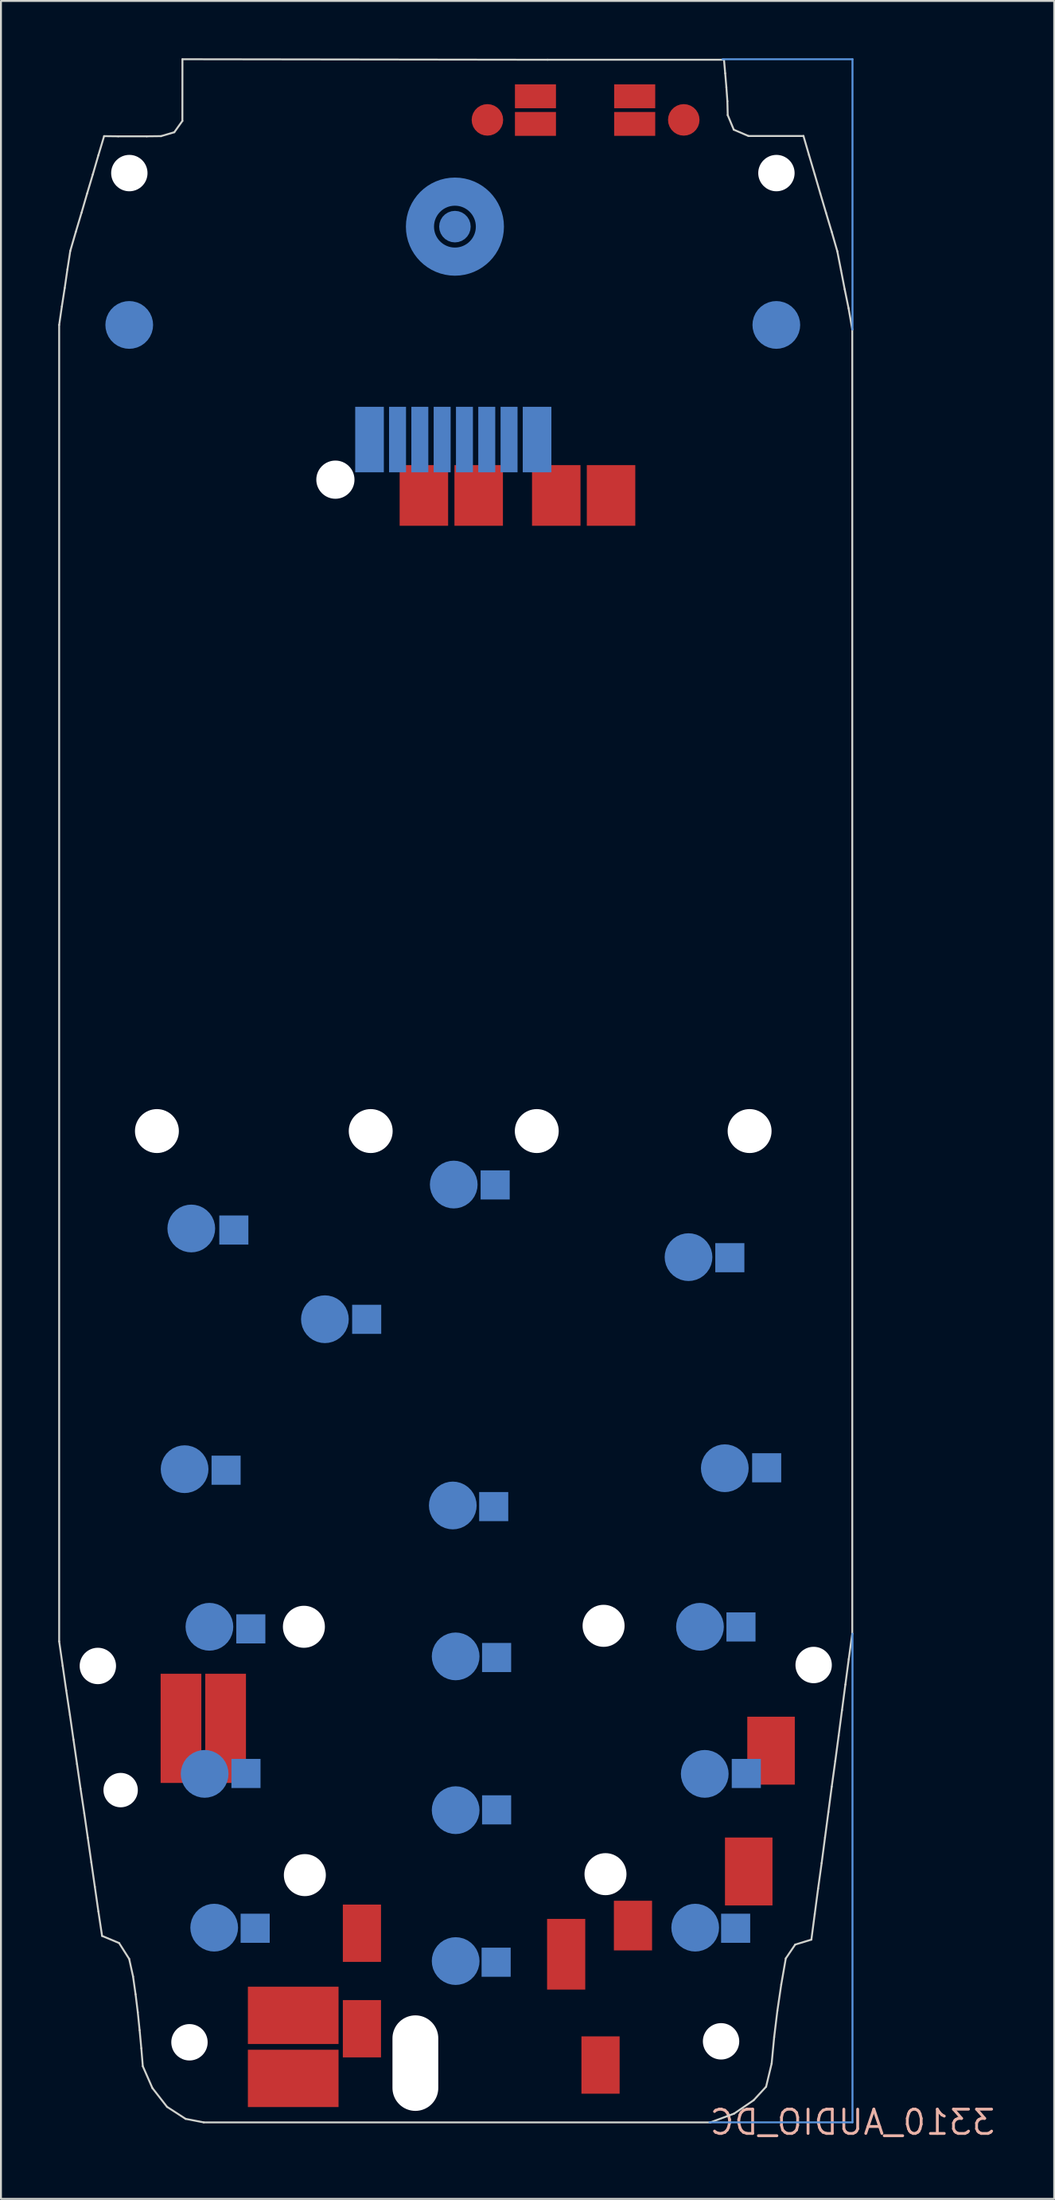
<source format=kicad_pcb>
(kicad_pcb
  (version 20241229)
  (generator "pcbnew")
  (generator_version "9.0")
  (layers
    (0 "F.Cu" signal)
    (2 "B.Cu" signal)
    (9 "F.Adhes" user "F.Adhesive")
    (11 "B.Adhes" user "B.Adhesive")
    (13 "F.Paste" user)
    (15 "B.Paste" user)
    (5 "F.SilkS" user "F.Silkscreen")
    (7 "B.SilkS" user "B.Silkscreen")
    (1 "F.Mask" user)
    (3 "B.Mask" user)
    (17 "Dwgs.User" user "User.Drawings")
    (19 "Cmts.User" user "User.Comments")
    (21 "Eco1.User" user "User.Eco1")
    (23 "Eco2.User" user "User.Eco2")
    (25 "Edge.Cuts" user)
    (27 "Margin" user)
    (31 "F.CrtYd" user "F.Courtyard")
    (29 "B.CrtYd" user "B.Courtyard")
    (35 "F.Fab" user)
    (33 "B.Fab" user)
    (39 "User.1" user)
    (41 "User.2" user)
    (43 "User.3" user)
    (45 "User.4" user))
  (footprint "3310_AUDIO_DC"
    (layer "F.Cu")
    (at 41.611 108.052)
    (property "Reference" "3310_AUDIO_DC" (at 0 0 0) (layer "B.SilkS") (effects (font (size 1.27 1.27) (thickness 0.15)) (justify mirror)))
    (fp_circle (center -20.828 -99.238) (end -22.66 -99.238) (stroke (width 1.473) (type solid)) (fill no) (layer "B.Cu"))
    (fp_circle (center -20.828 -99.238) (end -22.612 -99.238) (stroke (width 1.778) (type solid)) (fill no) (layer "B.Mask"))
    (fp_line (start 0 -108.001) (end -6.807 -108.001) (stroke (width 0.102) (type solid)) (layer "Cmts.User"))
    (fp_line (start 0 -93.853) (end 0 -108.001) (stroke (width 0.102) (type solid)) (layer "Cmts.User"))
    (fp_line (start 0 -25.578) (end 0 0) (stroke (width 0.102) (type solid)) (layer "Cmts.User"))
    (fp_line (start 0 0) (end -7.493 0) (stroke (width 0.102) (type solid)) (layer "Cmts.User"))
    (fp_line (start -41.561 -94.095) (end -41.42 -95.061) (stroke (width 0.1) (type solid)) (layer "Edge.Cuts"))
    (fp_line (start -41.561 -25.177) (end -41.561 -94.095) (stroke (width 0.1) (type solid)) (layer "Edge.Cuts"))
    (fp_line (start -41.42 -95.061) (end -41.27 -96.027) (stroke (width 0.1) (type solid)) (layer "Edge.Cuts"))
    (fp_line (start -41.376 -23.892) (end -41.561 -25.177) (stroke (width 0.1) (type solid)) (layer "Edge.Cuts"))
    (fp_line (start -41.27 -96.027) (end -41.129 -97.001) (stroke (width 0.1) (type solid)) (layer "Edge.Cuts"))
    (fp_line (start -41.191 -22.607) (end -41.376 -23.892) (stroke (width 0.1) (type solid)) (layer "Edge.Cuts"))
    (fp_line (start -41.129 -97.001) (end -40.979 -97.967) (stroke (width 0.1) (type solid)) (layer "Edge.Cuts"))
    (fp_line (start -40.997 -21.322) (end -41.191 -22.607) (stroke (width 0.1) (type solid)) (layer "Edge.Cuts"))
    (fp_line (start -40.979 -97.967) (end -40.688 -98.969) (stroke (width 0.1) (type solid)) (layer "Edge.Cuts"))
    (fp_line (start -40.812 -20.038) (end -40.997 -21.322) (stroke (width 0.1) (type solid)) (layer "Edge.Cuts"))
    (fp_line (start -40.688 -98.969) (end -40.388 -99.97) (stroke (width 0.1) (type solid)) (layer "Edge.Cuts"))
    (fp_line (start -40.626 -18.753) (end -40.812 -20.038) (stroke (width 0.1) (type solid)) (layer "Edge.Cuts"))
    (fp_line (start -40.441 -17.468) (end -40.626 -18.753) (stroke (width 0.1) (type solid)) (layer "Edge.Cuts"))
    (fp_line (start -40.388 -99.97) (end -40.097 -100.971) (stroke (width 0.1) (type solid)) (layer "Edge.Cuts"))
    (fp_line (start -40.247 -16.183) (end -40.441 -17.468) (stroke (width 0.1) (type solid)) (layer "Edge.Cuts"))
    (fp_line (start -40.097 -100.971) (end -39.798 -101.972) (stroke (width 0.1) (type solid)) (layer "Edge.Cuts"))
    (fp_line (start -40.062 -14.898) (end -40.247 -16.183) (stroke (width 0.1) (type solid)) (layer "Edge.Cuts"))
    (fp_line (start -39.877 -13.614) (end -40.062 -14.898) (stroke (width 0.1) (type solid)) (layer "Edge.Cuts"))
    (fp_line (start -39.798 -101.972) (end -39.507 -102.974) (stroke (width 0.1) (type solid)) (layer "Edge.Cuts"))
    (fp_line (start -39.692 -12.329) (end -39.877 -13.614) (stroke (width 0.1) (type solid)) (layer "Edge.Cuts"))
    (fp_line (start -39.507 -102.974) (end -39.207 -103.975) (stroke (width 0.1) (type solid)) (layer "Edge.Cuts"))
    (fp_line (start -39.507 -11.044) (end -39.692 -12.329) (stroke (width 0.1) (type solid)) (layer "Edge.Cuts"))
    (fp_line (start -39.313 -9.759) (end -39.507 -11.044) (stroke (width 0.1) (type solid)) (layer "Edge.Cuts"))
    (fp_line (start -39.207 -103.975) (end -38.466 -103.966) (stroke (width 0.1) (type solid)) (layer "Edge.Cuts"))
    (fp_line (start -38.466 -103.966) (end -36.976 -103.966) (stroke (width 0.1) (type solid)) (layer "Edge.Cuts"))
    (fp_line (start -38.422 -9.387) (end -39.313 -9.759) (stroke (width 0.1) (type solid)) (layer "Edge.Cuts"))
    (fp_line (start -37.893 -8.554) (end -38.422 -9.387) (stroke (width 0.1) (type solid)) (layer "Edge.Cuts"))
    (fp_line (start -37.69 -7.633) (end -37.893 -8.554) (stroke (width 0.1) (type solid)) (layer "Edge.Cuts"))
    (fp_line (start -37.558 -6.702) (end -37.69 -7.633) (stroke (width 0.1) (type solid)) (layer "Edge.Cuts"))
    (fp_line (start -37.443 -5.763) (end -37.558 -6.702) (stroke (width 0.1) (type solid)) (layer "Edge.Cuts"))
    (fp_line (start -37.346 -4.824) (end -37.443 -5.763) (stroke (width 0.1) (type solid)) (layer "Edge.Cuts"))
    (fp_line (start -37.258 -3.876) (end -37.346 -4.824) (stroke (width 0.1) (type solid)) (layer "Edge.Cuts"))
    (fp_line (start -37.179 -2.936) (end -37.258 -3.876) (stroke (width 0.1) (type solid)) (layer "Edge.Cuts"))
    (fp_line (start -36.976 -103.966) (end -36.226 -103.975) (stroke (width 0.1) (type solid)) (layer "Edge.Cuts"))
    (fp_line (start -36.676 -1.793) (end -37.179 -2.936) (stroke (width 0.1) (type solid)) (layer "Edge.Cuts"))
    (fp_line (start -36.226 -103.975) (end -35.53 -104.179) (stroke (width 0.1) (type solid)) (layer "Edge.Cuts"))
    (fp_line (start -35.909 -0.81) (end -36.676 -1.793) (stroke (width 0.1) (type solid)) (layer "Edge.Cuts"))
    (fp_line (start -35.53 -104.179) (end -35.106 -104.772) (stroke (width 0.1) (type solid)) (layer "Edge.Cuts"))
    (fp_line (start -35.106 -104.772) (end -35.103 -108.001) (stroke (width 0.1) (type solid)) (layer "Edge.Cuts"))
    (fp_line (start -35.103 -108.001) (end -15.977 -107.975) (stroke (width 0.1) (type solid)) (layer "Edge.Cuts"))
    (fp_line (start -34.938 -0.182) (end -35.909 -0.81) (stroke (width 0.1) (type solid)) (layer "Edge.Cuts"))
    (fp_line (start -33.988 0.002) (end -34.938 -0.182) (stroke (width 0.1) (type solid)) (layer "Edge.Cuts"))
    (fp_line (start -15.977 -107.975) (end -6.731 -107.975) (stroke (width 0.1) (type solid)) (layer "Edge.Cuts"))
    (fp_line (start -7.445 0.002) (end -33.988 0.002) (stroke (width 0.1) (type solid)) (layer "Edge.Cuts"))
    (fp_line (start -6.731 -107.975) (end -6.669 -107.263) (stroke (width 0.1) (type solid)) (layer "Edge.Cuts"))
    (fp_line (start -6.669 -107.263) (end -6.607 -106.536) (stroke (width 0.1) (type solid)) (layer "Edge.Cuts"))
    (fp_line (start -6.607 -106.536) (end -6.554 -105.801) (stroke (width 0.1) (type solid)) (layer "Edge.Cuts"))
    (fp_line (start -6.554 -105.801) (end -6.536 -105.074) (stroke (width 0.1) (type solid)) (layer "Edge.Cuts"))
    (fp_line (start -6.536 -105.074) (end -6.219 -104.312) (stroke (width 0.1) (type solid)) (layer "Edge.Cuts"))
    (fp_line (start -6.219 -104.312) (end -5.452 -103.984) (stroke (width 0.1) (type solid)) (layer "Edge.Cuts"))
    (fp_line (start -6.202 -0.457) (end -7.445 0.002) (stroke (width 0.1) (type solid)) (layer "Edge.Cuts"))
    (fp_line (start -5.452 -103.984) (end -2.568 -103.984) (stroke (width 0.1) (type solid)) (layer "Edge.Cuts"))
    (fp_line (start -5.179 -1.157) (end -6.202 -0.457) (stroke (width 0.1) (type solid)) (layer "Edge.Cuts"))
    (fp_line (start -4.526 -1.864) (end -5.179 -1.157) (stroke (width 0.1) (type solid)) (layer "Edge.Cuts"))
    (fp_line (start -4.235 -3.078) (end -4.526 -1.864) (stroke (width 0.1) (type solid)) (layer "Edge.Cuts"))
    (fp_line (start -4.103 -4.461) (end -4.235 -3.078) (stroke (width 0.1) (type solid)) (layer "Edge.Cuts"))
    (fp_line (start -3.935 -5.843) (end -4.103 -4.461) (stroke (width 0.1) (type solid)) (layer "Edge.Cuts"))
    (fp_line (start -3.732 -7.216) (end -3.935 -5.843) (stroke (width 0.1) (type solid)) (layer "Edge.Cuts"))
    (fp_line (start -3.494 -8.581) (end -3.732 -7.216) (stroke (width 0.1) (type solid)) (layer "Edge.Cuts"))
    (fp_line (start -3 -9.307) (end -3.494 -8.581) (stroke (width 0.1) (type solid)) (layer "Edge.Cuts"))
    (fp_line (start -2.568 -103.984) (end -2.277 -102.983) (stroke (width 0.1) (type solid)) (layer "Edge.Cuts"))
    (fp_line (start -2.277 -102.983) (end -1.978 -101.973) (stroke (width 0.1) (type solid)) (layer "Edge.Cuts"))
    (fp_line (start -2.154 -9.564) (end -3 -9.307) (stroke (width 0.1) (type solid)) (layer "Edge.Cuts"))
    (fp_line (start -1.978 -101.973) (end -1.686 -100.972) (stroke (width 0.1) (type solid)) (layer "Edge.Cuts"))
    (fp_line (start -1.978 -10.902) (end -2.154 -9.564) (stroke (width 0.1) (type solid)) (layer "Edge.Cuts"))
    (fp_line (start -1.801 -12.24) (end -1.978 -10.902) (stroke (width 0.1) (type solid)) (layer "Edge.Cuts"))
    (fp_line (start -1.686 -100.972) (end -1.387 -99.962) (stroke (width 0.1) (type solid)) (layer "Edge.Cuts"))
    (fp_line (start -1.616 -13.569) (end -1.801 -12.24) (stroke (width 0.1) (type solid)) (layer "Edge.Cuts"))
    (fp_line (start -1.44 -14.907) (end -1.616 -13.569) (stroke (width 0.1) (type solid)) (layer "Edge.Cuts"))
    (fp_line (start -1.387 -99.962) (end -1.087 -98.96) (stroke (width 0.1) (type solid)) (layer "Edge.Cuts"))
    (fp_line (start -1.263 -16.245) (end -1.44 -14.907) (stroke (width 0.1) (type solid)) (layer "Edge.Cuts"))
    (fp_line (start -1.087 -98.96) (end -0.796 -97.95) (stroke (width 0.1) (type solid)) (layer "Edge.Cuts"))
    (fp_line (start -1.087 -17.574) (end -1.263 -16.245) (stroke (width 0.1) (type solid)) (layer "Edge.Cuts"))
    (fp_line (start -0.902 -18.912) (end -1.087 -17.574) (stroke (width 0.1) (type solid)) (layer "Edge.Cuts"))
    (fp_line (start -0.796 -97.95) (end -0.602 -96.958) (stroke (width 0.1) (type solid)) (layer "Edge.Cuts"))
    (fp_line (start -0.725 -20.242) (end -0.902 -18.912) (stroke (width 0.1) (type solid)) (layer "Edge.Cuts"))
    (fp_line (start -0.602 -96.958) (end -0.408 -95.957) (stroke (width 0.1) (type solid)) (layer "Edge.Cuts"))
    (fp_line (start -0.549 -21.579) (end -0.725 -20.242) (stroke (width 0.1) (type solid)) (layer "Edge.Cuts"))
    (fp_line (start -0.408 -95.957) (end -0.205 -94.964) (stroke (width 0.1) (type solid)) (layer "Edge.Cuts"))
    (fp_line (start -0.373 -22.917) (end -0.549 -21.579) (stroke (width 0.1) (type solid)) (layer "Edge.Cuts"))
    (fp_line (start -0.205 -94.964) (end -0.011 -93.854) (stroke (width 0.1) (type solid)) (layer "Edge.Cuts"))
    (fp_line (start -0.196 -24.247) (end -0.373 -22.917) (stroke (width 0.1) (type solid)) (layer "Edge.Cuts"))
    (fp_line (start -0.011 -93.854) (end -0.011 -25.585) (stroke (width 0.1) (type solid)) (layer "Edge.Cuts"))
    (fp_line (start -0.011 -25.585) (end -0.196 -24.247) (stroke (width 0.1) (type solid)) (layer "Edge.Cuts"))
    (pad "" np_thru_hole circle (at -39.535 -23.891) (size 1.905 1.905) (drill 1.905) (layers "*.Cu" "*.Mask"))
    (pad "" np_thru_hole circle (at -38.34 -17.392) (size 1.8 1.8) (drill 1.8) (layers "*.Cu" "*.Mask"))
    (pad "" np_thru_hole circle (at -37.885 -102.041) (size 1.905 1.905) (drill 1.905) (layers "*.Cu" "*.Mask"))
    (pad "" np_thru_hole circle (at -36.44 -51.892) (size 2.3 2.3) (drill 2.3) (layers "*.Cu" "*.Mask"))
    (pad "" np_thru_hole circle (at -34.735 -4.191) (size 1.905 1.905) (drill 1.905) (layers "*.Cu" "*.Mask"))
    (pad "" np_thru_hole circle (at -28.74 -25.942) (size 2.2 2.2) (drill 2.2) (layers "*.Cu" "*.Mask"))
    (pad "" np_thru_hole circle (at -28.69 -12.942) (size 2.2 2.2) (drill 2.2) (layers "*.Cu" "*.Mask"))
    (pad "" np_thru_hole circle (at -27.09 -85.992) (size 2 2) (drill 2) (layers "*.Cu" "*.Mask"))
    (pad "" np_thru_hole circle (at -25.24 -51.892) (size 2.3 2.3) (drill 2.3) (layers "*.Cu" "*.Mask"))
    (pad "" np_thru_hole oval (at -22.9 -3.1) (size 2.4 5) (drill oval 2.4 5) (layers "*.Cu" "*.Mask"))
    (pad "" np_thru_hole circle (at -16.54 -51.892) (size 2.3 2.3) (drill 2.3) (layers "*.Cu" "*.Mask"))
    (pad "" np_thru_hole circle (at -13.04 -25.992) (size 2.2 2.2) (drill 2.2) (layers "*.Cu" "*.Mask"))
    (pad "" np_thru_hole circle (at -12.94 -12.992) (size 2.2 2.2) (drill 2.2) (layers "*.Cu" "*.Mask"))
    (pad "" np_thru_hole circle (at -6.885 -4.241) (size 1.905 1.905) (drill 1.905) (layers "*.Cu" "*.Mask"))
    (pad "" np_thru_hole circle (at -5.39 -51.892) (size 2.3 2.3) (drill 2.3) (layers "*.Cu" "*.Mask"))
    (pad "" np_thru_hole circle (at -3.985 -102.041) (size 1.905 1.905) (drill 1.905) (layers "*.Cu" "*.Mask"))
    (pad "" np_thru_hole circle (at -2.035 -23.941) (size 1.905 1.905) (drill 1.905) (layers "*.Cu" "*.Mask"))
    (pad "AJ1" smd rect (at -25.7 -9.9) (size 2 3) (layers "F.Cu" "F.Mask" "F.Paste"))
    (pad "AJ2" smd rect (at -25.7 -4.9) (size 2 3) (layers "F.Cu" "F.Mask" "F.Paste"))
    (pad "ANTG" smd roundrect (at -8.839 -104.826) (size 1.651 1.651) (layers "F.Cu" "F.Mask") (roundrect_rratio 0.5))
    (pad "ANTP" smd roundrect (at -19.126 -104.826) (size 1.651 1.651) (layers "F.Cu" "F.Mask") (roundrect_rratio 0.5))
    (pad "B0I" smd roundrect (at -20.79 -8.442 270) (size 2.5 2.5) (layers "B.Cu" "B.Mask") (roundrect_rratio 0.5))
    (pad "B0O" smd rect (at -18.669 -8.382) (size 1.524 1.524) (layers "B.Cu" "B.Mask" "B.Paste"))
    (pad "B1I" smd roundrect (at -6.69 -34.242 270) (size 2.5 2.5) (layers "B.Cu" "B.Mask") (roundrect_rratio 0.5))
    (pad "B1O" smd rect (at -4.496 -34.265) (size 1.524 1.524) (layers "B.Cu" "B.Mask" "B.Paste"))
    (pad "B2I" smd roundrect (at -20.94 -32.292 270) (size 2.5 2.5) (layers "B.Cu" "B.Mask") (roundrect_rratio 0.5))
    (pad "B2O" smd rect (at -18.796 -32.233) (size 1.524 1.524) (layers "B.Cu" "B.Mask" "B.Paste"))
    (pad "B3I" smd roundrect (at -34.99 -34.192 270) (size 2.5 2.5) (layers "B.Cu" "B.Mask") (roundrect_rratio 0.5))
    (pad "B3O" smd rect (at -32.817 -34.138) (size 1.524 1.524) (layers "B.Cu" "B.Mask" "B.Paste"))
    (pad "B4I" smd roundrect (at -7.99 -25.942 270) (size 2.5 2.5) (layers "B.Cu" "B.Mask") (roundrect_rratio 0.5))
    (pad "B4O" smd rect (at -5.842 -25.933) (size 1.524 1.524) (layers "B.Cu" "B.Mask" "B.Paste"))
    (pad "B5I" smd roundrect (at -20.79 -24.392 270) (size 2.5 2.5) (layers "B.Cu" "B.Mask") (roundrect_rratio 0.5))
    (pad "B5O" smd rect (at -18.644 -24.333) (size 1.524 1.524) (layers "B.Cu" "B.Mask" "B.Paste"))
    (pad "B6I" smd roundrect (at -33.69 -25.942 270) (size 2.5 2.5) (layers "B.Cu" "B.Mask") (roundrect_rratio 0.5))
    (pad "B6O" smd rect (at -31.521 -25.832) (size 1.524 1.524) (layers "B.Cu" "B.Mask" "B.Paste"))
    (pad "B7I" smd roundrect (at -7.74 -18.242 270) (size 2.5 2.5) (layers "B.Cu" "B.Mask") (roundrect_rratio 0.5))
    (pad "B7O" smd rect (at -5.563 -18.263) (size 1.524 1.524) (layers "B.Cu" "B.Mask" "B.Paste"))
    (pad "B8I" smd roundrect (at -20.79 -16.342 270) (size 2.5 2.5) (layers "B.Cu" "B.Mask") (roundrect_rratio 0.5))
    (pad "B8O" smd rect (at -18.644 -16.358) (size 1.524 1.524) (layers "B.Cu" "B.Mask" "B.Paste"))
    (pad "B9I" smd roundrect (at -33.94 -18.242 270) (size 2.5 2.5) (layers "B.Cu" "B.Mask") (roundrect_rratio 0.5))
    (pad "B9O" smd rect (at -31.775 -18.263) (size 1.524 1.524) (layers "B.Cu" "B.Mask" "B.Paste"))
    (pad "BAI" smd roundrect (at -8.24 -10.192 270) (size 2.5 2.5) (layers "B.Cu" "B.Mask") (roundrect_rratio 0.5))
    (pad "BAO" smd rect (at -6.121 -10.16) (size 1.524 1.524) (layers "B.Cu" "B.Mask" "B.Paste"))
    (pad "BATT+" smd rect (at -22.454 -85.166 180) (size 2.54 3.175) (layers "F.Cu" "F.Mask"))
    (pad "BATT-" smd rect (at -12.649 -85.166 180) (size 2.54 3.175) (layers "F.Cu" "F.Mask"))
    (pad "BCI" smd roundrect (at -8.59 -45.292 270) (size 2.5 2.5) (layers "B.Cu" "B.Mask") (roundrect_rratio 0.5))
    (pad "BCO" smd rect (at -6.426 -45.263) (size 1.524 1.524) (layers "B.Cu" "B.Mask" "B.Paste"))
    (pad "BDI" smd roundrect (at -27.64 -42.042 270) (size 2.5 2.5) (layers "B.Cu" "B.Mask") (roundrect_rratio 0.5))
    (pad "BDO" smd rect (at -25.451 -42.037) (size 1.524 1.524) (layers "B.Cu" "B.Mask" "B.Paste"))
    (pad "BMI" smd roundrect (at -20.89 -49.092 270) (size 2.5 2.5) (layers "B.Cu" "B.Mask") (roundrect_rratio 0.5))
    (pad "BMO" smd rect (at -18.72 -49.073) (size 1.524 1.524) (layers "B.Cu" "B.Mask" "B.Paste"))
    (pad "BSI" smd roundrect (at -33.44 -10.192 270) (size 2.5 2.5) (layers "B.Cu" "B.Mask") (roundrect_rratio 0.5))
    (pad "BSO" smd rect (at -31.293 -10.16) (size 1.524 1.524) (layers "B.Cu" "B.Mask" "B.Paste"))
    (pad "BTEMP" smd rect (at -15.519 -85.166 180) (size 2.54 3.175) (layers "F.Cu" "F.Mask"))
    (pad "BUI" smd roundrect (at -34.64 -46.792 270) (size 2.5 2.5) (layers "B.Cu" "B.Mask") (roundrect_rratio 0.5))
    (pad "BUO" smd rect (at -32.41 -46.711) (size 1.524 1.524) (layers "B.Cu" "B.Mask" "B.Paste"))
    (pad "BUZ1" smd rect (at -4.267 -19.456) (size 2.489 3.556) (layers "F.Cu" "F.Mask"))
    (pad "BUZ2" smd rect (at -5.436 -13.132) (size 2.489 3.556) (layers "F.Cu" "F.Mask"))
    (pad "B_SI" smd rect (at -19.583 -85.166 180) (size 2.54 3.175) (layers "F.Cu" "F.Mask"))
    (pad "DC1" smd rect (at -11.5 -10.3) (size 2 2.6) (layers "F.Cu" "F.Mask" "F.Paste"))
    (pad "DC2" smd rect (at -15 -8.8) (size 2 3.7) (layers "F.Cu" "F.Mask" "F.Paste"))
    (pad "DC3" smd rect (at -13.2 -3) (size 2 3) (layers "F.Cu" "F.Mask" "F.Paste"))
    (pad "G1" smd roundrect (at -3.99 -94.092 270) (size 2.5 2.5) (layers "B.Cu" "B.Mask") (roundrect_rratio 0.5))
    (pad "G2" smd roundrect (at -37.89 -94.092 270) (size 2.5 2.5) (layers "B.Cu" "B.Mask") (roundrect_rratio 0.5))
    (pad "MIC1" smd rect (at -29.3 -5.6) (size 4.75 3) (layers "F.Cu" "F.Mask" "F.Paste"))
    (pad "MIC2" smd rect (at -29.3 -2.3 180) (size 4.75 3) (layers "F.Cu" "F.Mask" "F.Paste"))
    (pad "MOT1" smd rect (at -32.842 -20.625 270) (size 5.715 2.134) (layers "F.Cu" "F.Mask"))
    (pad "MOT2" smd rect (at -35.179 -20.625 270) (size 5.715 2.134) (layers "F.Cu" "F.Mask"))
    (pad "P$1" smd rect (at -16.524 -88.092 270) (size 3.429 1.5) (layers "B.Cu" "B.Mask"))
    (pad "P$2" smd rect (at -17.992 -88.092 270) (size 3.429 0.889) (layers "B.Cu" "B.Mask"))
    (pad "P$3" smd rect (at -19.16 -88.092 270) (size 3.429 0.889) (layers "B.Cu" "B.Mask"))
    (pad "P$4" smd rect (at -20.329 -88.092 270) (size 3.429 0.889) (layers "B.Cu" "B.Mask"))
    (pad "P$5" smd rect (at -21.497 -88.092 270) (size 3.429 0.889) (layers "B.Cu" "B.Mask"))
    (pad "P$6" smd rect (at -22.666 -88.092 270) (size 3.429 0.889) (layers "B.Cu" "B.Mask"))
    (pad "P$7" smd rect (at -23.834 -88.092 270) (size 3.429 0.889) (layers "B.Cu" "B.Mask"))
    (pad "P$8" smd rect (at -25.302 -88.092 270) (size 3.429 1.5) (layers "B.Cu" "B.Mask"))
    (pad "PW1A" smd rect (at -11.409 -106.061) (size 2.15 1.25) (layers "F.Cu" "F.Mask" "F.Paste"))
    (pad "PW1B" smd rect (at -16.609 -106.061) (size 2.15 1.25) (layers "F.Cu" "F.Mask" "F.Paste"))
    (pad "PW2A" smd rect (at -11.409 -104.615) (size 2.15 1.25) (layers "F.Cu" "F.Mask" "F.Paste"))
    (pad "PW2B" smd rect (at -16.609 -104.615) (size 2.15 1.25) (layers "F.Cu" "F.Mask" "F.Paste"))
    (pad "SPK1" smd roundrect (at -20.828 -99.238) (size 1.651 1.651) (layers "B.Cu" "B.Mask") (roundrect_rratio 0.5))
    (pad "SPK2" smd roundrect (at -19.066 -99.191 270) (size 0.813 0.406) (layers "B.Cu" "B.Mask") (roundrect_rratio 0.5)))
  (gr_rect
    (start -3 -3)
    (end 52.178 112.058)
    (stroke (width 0.1) (type default))
    (fill no)
    (layer "Edge.Cuts")))
</source>
